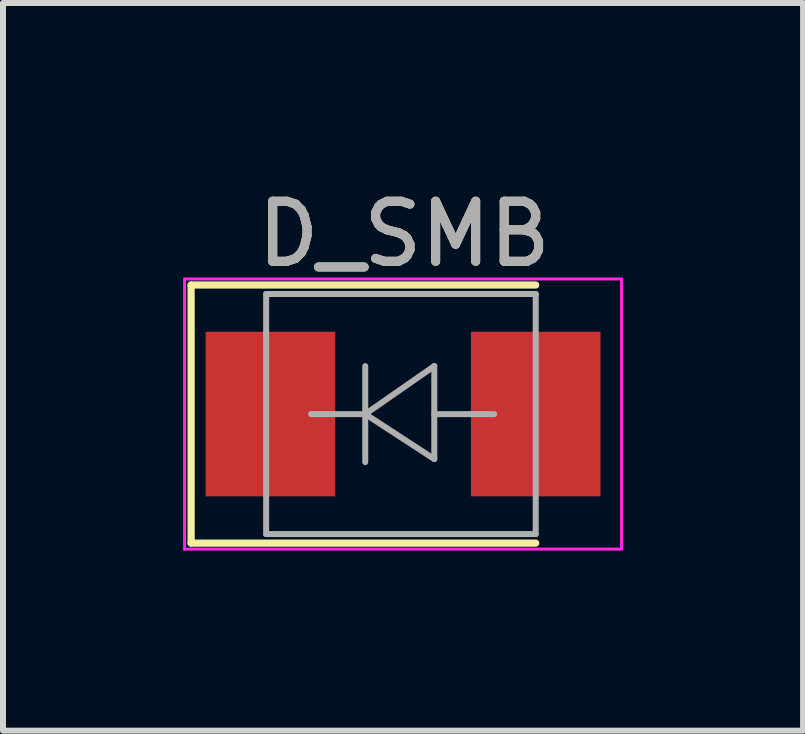
<source format=kicad_pcb>
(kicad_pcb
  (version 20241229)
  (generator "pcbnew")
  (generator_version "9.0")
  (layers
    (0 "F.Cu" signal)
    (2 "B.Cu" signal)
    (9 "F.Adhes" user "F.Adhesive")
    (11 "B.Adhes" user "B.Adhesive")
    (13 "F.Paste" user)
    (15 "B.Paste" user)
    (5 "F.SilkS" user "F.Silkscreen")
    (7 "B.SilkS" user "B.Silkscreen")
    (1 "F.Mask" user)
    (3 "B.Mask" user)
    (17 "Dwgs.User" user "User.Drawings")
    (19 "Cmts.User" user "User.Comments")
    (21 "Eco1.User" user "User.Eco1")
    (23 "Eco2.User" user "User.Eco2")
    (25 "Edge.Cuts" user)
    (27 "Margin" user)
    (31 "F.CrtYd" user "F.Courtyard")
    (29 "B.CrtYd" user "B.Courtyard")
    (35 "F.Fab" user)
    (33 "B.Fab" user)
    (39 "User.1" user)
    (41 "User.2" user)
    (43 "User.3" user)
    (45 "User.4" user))
  (footprint "D_SMB"
    (layer "F.Cu")
    (at 3.684 3.848)
    (property "Reference" "D_SMB" (at 0 -3 0) (layer "F.SilkS") (effects (font (size 1 1) (thickness 0.15))))
    (attr smd)
    (fp_line (start -3.55 -2.15) (end -3.55 2.15) (stroke (width 0.12) (type solid)) (layer "F.SilkS"))
    (fp_line (start -3.55 -2.15) (end 2.191 -2.15) (stroke (width 0.12) (type solid)) (layer "F.SilkS"))
    (fp_line (start -3.55 2.15) (end 2.191 2.15) (stroke (width 0.12) (type solid)) (layer "F.SilkS"))
    (fp_line (start -3.659 -2.25) (end 3.62 -2.25) (stroke (width 0.05) (type solid)) (layer "F.CrtYd"))
    (fp_line (start -3.659 2.25) (end -3.659 -2.25) (stroke (width 0.05) (type solid)) (layer "F.CrtYd"))
    (fp_line (start 3.62 -2.25) (end 3.62 2.25) (stroke (width 0.05) (type solid)) (layer "F.CrtYd"))
    (fp_line (start 3.62 2.25) (end -3.659 2.25) (stroke (width 0.05) (type solid)) (layer "F.CrtYd"))
    (fp_line (start -2.3 2) (end -2.3 -2) (stroke (width 0.1) (type solid)) (layer "F.Fab"))
    (fp_line (start -0.649 -0.799) (end -0.649 0.801) (stroke (width 0.1) (type solid)) (layer "F.Fab"))
    (fp_line (start -0.649 0.001) (end -1.551 0.001) (stroke (width 0.1) (type solid)) (layer "F.Fab"))
    (fp_line (start -0.649 0.001) (end 0.501 -0.799) (stroke (width 0.1) (type solid)) (layer "F.Fab"))
    (fp_line (start -0.649 0.001) (end 0.501 0.75) (stroke (width 0.1) (type solid)) (layer "F.Fab"))
    (fp_line (start 0.501 0.001) (end 1.499 0.001) (stroke (width 0.1) (type solid)) (layer "F.Fab"))
    (fp_line (start 0.501 0.75) (end 0.501 -0.799) (stroke (width 0.1) (type solid)) (layer "F.Fab"))
    (fp_line (start 2.191 -2) (end -2.3 -2) (stroke (width 0.1) (type solid)) (layer "F.Fab"))
    (fp_line (start 2.191 -2) (end 2.191 2) (stroke (width 0.1) (type solid)) (layer "F.Fab"))
    (fp_line (start 2.191 2) (end -2.3 2) (stroke (width 0.1) (type solid)) (layer "F.Fab"))
    (fp_text user "${REFERENCE}" (at 0 -3 0) (layer "F.Fab") (effects (font (size 1 1) (thickness 0.15))))
    (pad "1" smd rect (at -2.229 0) (size 2.159 2.743) (layers "F.Cu" "F.Mask" "F.Paste"))
    (pad "2" smd rect (at 2.191 0) (size 2.159 2.743) (layers "F.Cu" "F.Mask" "F.Paste")))
  (gr_rect
    (start -3 -3)
    (end 10.329 9.123)
    (stroke (width 0.1) (type default))
    (fill no)
    (layer "Edge.Cuts")))
</source>
